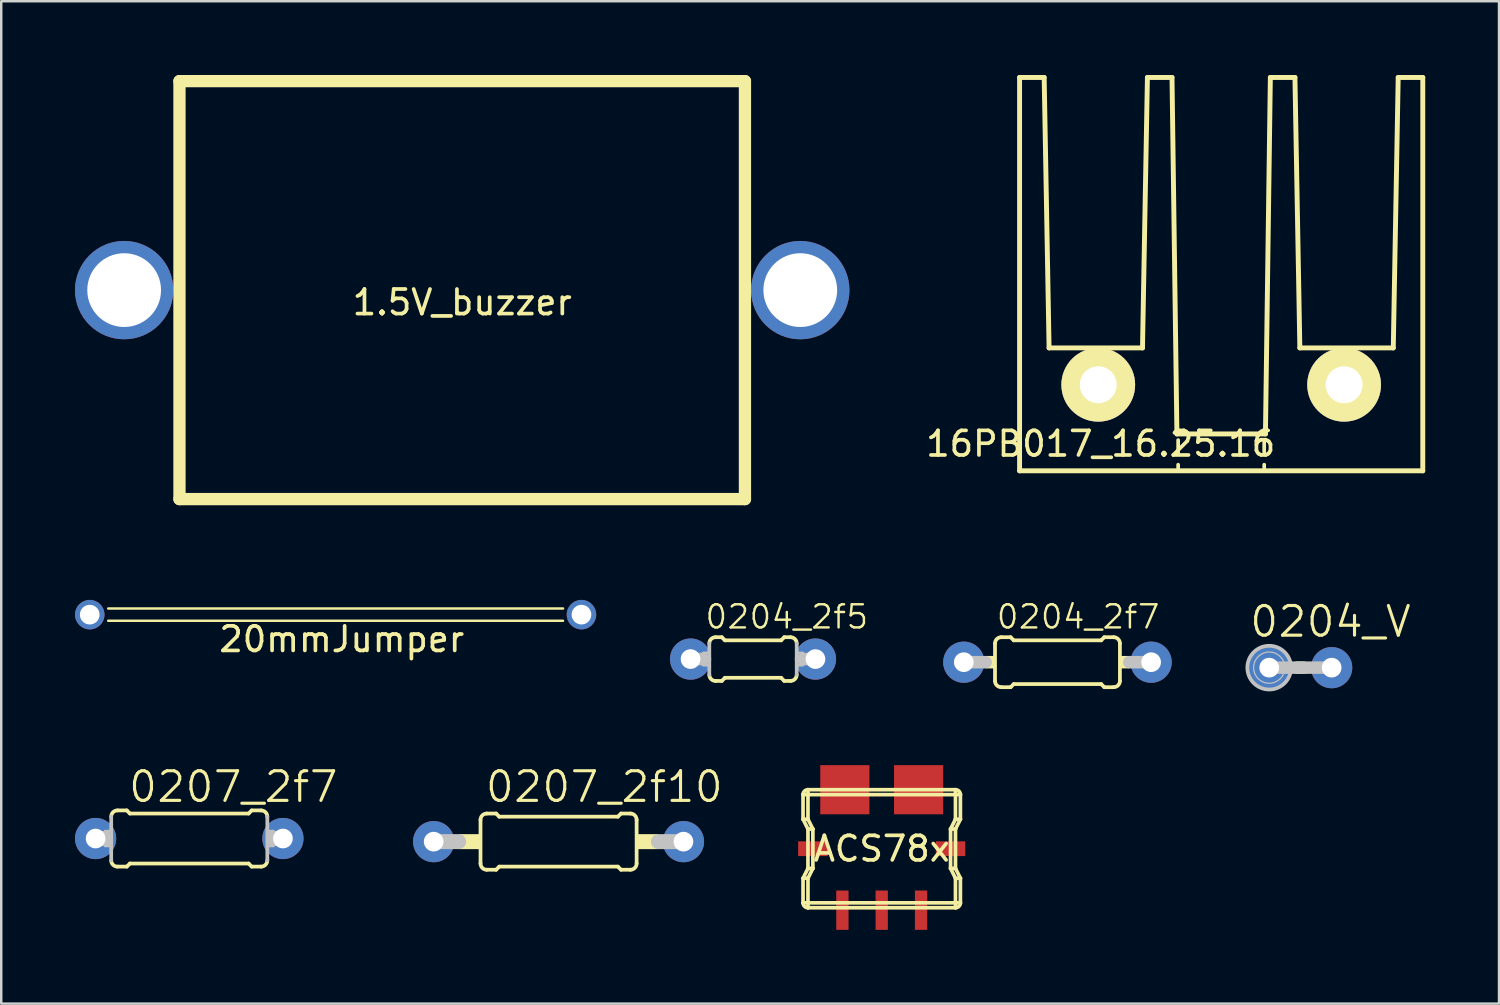
<source format=kicad_pcb>
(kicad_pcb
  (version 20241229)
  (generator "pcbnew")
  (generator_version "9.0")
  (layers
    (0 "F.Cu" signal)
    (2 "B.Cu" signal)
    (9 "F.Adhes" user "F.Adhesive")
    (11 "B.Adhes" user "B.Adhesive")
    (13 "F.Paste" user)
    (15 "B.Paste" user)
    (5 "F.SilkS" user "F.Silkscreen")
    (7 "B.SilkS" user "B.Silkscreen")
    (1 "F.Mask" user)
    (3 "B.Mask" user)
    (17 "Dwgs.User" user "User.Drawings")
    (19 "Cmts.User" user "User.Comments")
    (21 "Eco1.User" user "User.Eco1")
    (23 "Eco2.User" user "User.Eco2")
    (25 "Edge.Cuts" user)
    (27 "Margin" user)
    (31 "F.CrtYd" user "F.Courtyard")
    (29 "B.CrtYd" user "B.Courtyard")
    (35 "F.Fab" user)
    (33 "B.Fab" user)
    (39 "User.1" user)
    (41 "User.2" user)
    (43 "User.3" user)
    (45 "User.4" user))
  (footprint "0204_V"
    (layer "F.Cu")
    (at 49.844 24.106)
    (property "Reference" "0204_V" (at -2.134 -1.168 0) (layer "F.SilkS") (effects (font (size 1.206 1.206) (thickness 0.127)) (justify left bottom)))
    (attr through_hole)
    (fp_line (start -0.127 0) (end 0.127 0) (stroke (width 0.508) (type solid)) (layer "F.SilkS"))
    (fp_line (start -1.27 0) (end 1.27 0) (stroke (width 0.508) (type solid)) (layer "Dwgs.User"))
    (fp_circle (center -1.27 0) (end -0.635 0) (stroke (width 0.051) (type solid)) (fill no) (layer "Dwgs.User"))
    (fp_circle (center -1.27 0) (end -0.381 0) (stroke (width 0.152) (type solid)) (fill no) (layer "Dwgs.User"))
    (pad "1" thru_hole circle (at -1.27 0) (size 1.676 1.676) (drill 0.8) (layers "*.Cu" "*.Mask"))
    (pad "2" thru_hole circle (at 1.27 0) (size 1.676 1.676) (drill 0.8) (layers "*.Cu" "*.Mask")))
  (footprint "0204_2f7"
    (layer "F.Cu")
    (at 39.961 23.884)
    (property "Reference" "0204_2f7" (at -2.54 -1.295 0) (layer "F.SilkS") (effects (font (size 0.941 0.941) (thickness 0.099)) (justify left bottom)))
    (attr through_hole)
    (fp_line (start -2.54 0.762) (end -2.54 -0.762) (stroke (width 0.152) (type solid)) (layer "F.SilkS"))
    (fp_line (start -2.286 -1.016) (end -1.905 -1.016) (stroke (width 0.152) (type solid)) (layer "F.SilkS"))
    (fp_line (start -2.286 1.016) (end -1.905 1.016) (stroke (width 0.152) (type solid)) (layer "F.SilkS"))
    (fp_line (start -1.778 -0.889) (end -1.905 -1.016) (stroke (width 0.152) (type solid)) (layer "F.SilkS"))
    (fp_line (start -1.778 0.889) (end -1.905 1.016) (stroke (width 0.152) (type solid)) (layer "F.SilkS"))
    (fp_line (start 1.778 -0.889) (end -1.778 -0.889) (stroke (width 0.152) (type solid)) (layer "F.SilkS"))
    (fp_line (start 1.778 -0.889) (end 1.905 -1.016) (stroke (width 0.152) (type solid)) (layer "F.SilkS"))
    (fp_line (start 1.778 0.889) (end -1.778 0.889) (stroke (width 0.152) (type solid)) (layer "F.SilkS"))
    (fp_line (start 1.778 0.889) (end 1.905 1.016) (stroke (width 0.152) (type solid)) (layer "F.SilkS"))
    (fp_line (start 2.286 -1.016) (end 1.905 -1.016) (stroke (width 0.152) (type solid)) (layer "F.SilkS"))
    (fp_line (start 2.286 1.016) (end 1.905 1.016) (stroke (width 0.152) (type solid)) (layer "F.SilkS"))
    (fp_line (start 2.54 0.762) (end 2.54 -0.762) (stroke (width 0.152) (type solid)) (layer "F.SilkS"))
    (fp_arc (start -2.54 -0.762) (mid -2.465605 -0.941605) (end -2.286 -1.016) (stroke (width 0.1524) (type solid)) (layer "F.SilkS"))
    (fp_arc (start -2.286 1.016) (mid -2.465605 0.941605) (end -2.54 0.762) (stroke (width 0.1524) (type solid)) (layer "F.SilkS"))
    (fp_arc (start 2.286 -1.016) (mid 2.465605 -0.941605) (end 2.54 -0.762) (stroke (width 0.1524) (type solid)) (layer "F.SilkS"))
    (fp_arc (start 2.54 0.762) (mid 2.465605 0.941605) (end 2.286 1.016) (stroke (width 0.1524) (type solid)) (layer "F.SilkS"))
    (fp_poly (pts (xy -2.921 0.254) (xy -2.54 0.254) (xy -2.54 -0.254) (xy -2.921 -0.254)) (stroke (width 0) (type solid)) (fill yes) (layer "F.SilkS"))
    (fp_poly (pts (xy 2.54 0.254) (xy 2.921 0.254) (xy 2.921 -0.254) (xy 2.54 -0.254)) (stroke (width 0) (type solid)) (fill yes) (layer "F.SilkS"))
    (fp_line (start -3.81 0) (end -2.921 0) (stroke (width 0.508) (type solid)) (layer "Dwgs.User"))
    (fp_line (start 3.81 0) (end 2.921 0) (stroke (width 0.508) (type solid)) (layer "Dwgs.User"))
    (pad "1" thru_hole circle (at -3.81 0) (size 1.676 1.676) (drill 0.8) (layers "*.Cu" "*.Mask"))
    (pad "2" thru_hole circle (at 3.81 0) (size 1.676 1.676) (drill 0.8) (layers "*.Cu" "*.Mask")))
  (footprint "20mmJumper"
    (layer "F.Cu")
    (at 10.6 21.95)
    (property "Reference" "20mmJumper" (at 0.25 1 0) (layer "F.SilkS") (effects (font (size 1 1) (thickness 0.15))))
    (attr through_hole)
    (fp_line (start -9.25 -0.25) (end 9.25 -0.25) (stroke (width 0.1) (type solid)) (layer "F.SilkS"))
    (fp_line (start 9.25 0.25) (end -9.25 0.25) (stroke (width 0.1) (type solid)) (layer "F.SilkS"))
    (pad "1" thru_hole circle (at -10 0) (size 1.2 1.2) (drill 0.8) (layers "*.Cu" "*.Mask"))
    (pad "2" thru_hole circle (at 10 0) (size 1.2 1.2) (drill 0.8) (layers "*.Cu" "*.Mask")))
  (footprint "16PB017_16.25.16"
    (layer "F.Cu")
    (at 46.62 18.1)
    (property "Reference" "16PB017_16.25.16" (at -4.9 -3.1 0) (layer "F.SilkS") (effects (font (size 1 1) (thickness 0.15))))
    (attr through_hole)
    (fp_line (start -8.2 -18) (end -7.2 -18) (stroke (width 0.2) (type solid)) (layer "F.SilkS"))
    (fp_line (start -8.2 -2) (end -8.2 -18) (stroke (width 0.2) (type solid)) (layer "F.SilkS"))
    (fp_line (start -8.2 -2) (end 8.2 -2) (stroke (width 0.2) (type solid)) (layer "F.SilkS"))
    (fp_line (start -7.2 -18) (end -7 -7) (stroke (width 0.2) (type solid)) (layer "F.SilkS"))
    (fp_line (start -7 -7) (end -3.2 -7) (stroke (width 0.2) (type solid)) (layer "F.SilkS"))
    (fp_line (start -3.2 -7) (end -3 -18) (stroke (width 0.2) (type solid)) (layer "F.SilkS"))
    (fp_line (start -2 -18) (end -3 -18) (stroke (width 0.2) (type solid)) (layer "F.SilkS"))
    (fp_line (start -2 -18) (end -1.8 -3.5) (stroke (width 0.2) (type solid)) (layer "F.SilkS"))
    (fp_line (start -1.8 -3.5) (end 1.8 -3.5) (stroke (width 0.2) (type solid)) (layer "F.SilkS"))
    (fp_line (start -1.75 -3.25) (end -1.75 -2.75) (stroke (width 0.15) (type solid)) (layer "F.SilkS"))
    (fp_line (start -1.75 -2.25) (end -1.75 -2) (stroke (width 0.15) (type solid)) (layer "F.SilkS"))
    (fp_line (start 1.75 -3.25) (end 1.75 -2.75) (stroke (width 0.15) (type solid)) (layer "F.SilkS"))
    (fp_line (start 1.75 -2.25) (end 1.75 -2) (stroke (width 0.15) (type solid)) (layer "F.SilkS"))
    (fp_line (start 1.8 -3.5) (end 2 -18) (stroke (width 0.2) (type solid)) (layer "F.SilkS"))
    (fp_line (start 2 -18) (end 3 -18) (stroke (width 0.2) (type solid)) (layer "F.SilkS"))
    (fp_line (start 3 -18) (end 3.2 -7) (stroke (width 0.2) (type solid)) (layer "F.SilkS"))
    (fp_line (start 7 -7) (end 3.2 -7) (stroke (width 0.2) (type solid)) (layer "F.SilkS"))
    (fp_line (start 7.2 -18) (end 7 -7) (stroke (width 0.2) (type solid)) (layer "F.SilkS"))
    (fp_line (start 8.2 -18) (end 7.2 -18) (stroke (width 0.2) (type solid)) (layer "F.SilkS"))
    (fp_line (start 8.2 -2) (end 8.2 -18) (stroke (width 0.2) (type solid)) (layer "F.SilkS"))
    (pad "1" thru_hole circle (at -5 -5.5) (size 3 3) (drill 1.5) (layers "*.Cu" "*.Mask" "F.SilkS"))
    (pad "1" thru_hole circle (at 5 -5.5) (size 3 3) (drill 1.5) (layers "*.Cu" "*.Mask" "F.SilkS")))
  (footprint "0207_2f7"
    (layer "F.Cu")
    (at 4.648 31.056)
    (property "Reference" "0207_2f7" (at -2.54 -1.397 0) (layer "F.SilkS") (effects (font (size 1.206 1.206) (thickness 0.127)) (justify left bottom)))
    (attr through_hole)
    (fp_line (start -2.921 -1.143) (end -2.54 -1.143) (stroke (width 0.152) (type solid)) (layer "F.SilkS"))
    (fp_line (start -2.921 1.143) (end -2.54 1.143) (stroke (width 0.152) (type solid)) (layer "F.SilkS"))
    (fp_line (start -2.413 -1.016) (end -2.54 -1.143) (stroke (width 0.152) (type solid)) (layer "F.SilkS"))
    (fp_line (start -2.413 1.016) (end -2.54 1.143) (stroke (width 0.152) (type solid)) (layer "F.SilkS"))
    (fp_line (start 2.413 -1.016) (end -2.413 -1.016) (stroke (width 0.152) (type solid)) (layer "F.SilkS"))
    (fp_line (start 2.413 -1.016) (end 2.54 -1.143) (stroke (width 0.152) (type solid)) (layer "F.SilkS"))
    (fp_line (start 2.413 1.016) (end -2.413 1.016) (stroke (width 0.152) (type solid)) (layer "F.SilkS"))
    (fp_line (start 2.413 1.016) (end 2.54 1.143) (stroke (width 0.152) (type solid)) (layer "F.SilkS"))
    (fp_line (start 2.921 -1.143) (end 2.54 -1.143) (stroke (width 0.152) (type solid)) (layer "F.SilkS"))
    (fp_line (start 2.921 1.143) (end 2.54 1.143) (stroke (width 0.152) (type solid)) (layer "F.SilkS"))
    (fp_arc (start -3.175 -0.889) (mid -3.100605 -1.068605) (end -2.921 -1.143) (stroke (width 0.1524) (type solid)) (layer "F.SilkS"))
    (fp_arc (start -2.921 1.143) (mid -3.100605 1.068605) (end -3.175 0.889) (stroke (width 0.1524) (type solid)) (layer "F.SilkS"))
    (fp_arc (start 2.921 -1.143) (mid 3.100605 -1.068605) (end 3.175 -0.889) (stroke (width 0.1524) (type solid)) (layer "F.SilkS"))
    (fp_arc (start 3.175 0.889) (mid 3.100605 1.068605) (end 2.921 1.143) (stroke (width 0.1524) (type solid)) (layer "F.SilkS"))
    (fp_line (start -3.81 0) (end -3.429 0) (stroke (width 0.61) (type solid)) (layer "Dwgs.User"))
    (fp_line (start -3.175 0.889) (end -3.175 -0.889) (stroke (width 0.152) (type solid)) (layer "Dwgs.User"))
    (fp_line (start 3.175 0.889) (end 3.175 -0.889) (stroke (width 0.152) (type solid)) (layer "Dwgs.User"))
    (fp_line (start 3.429 0) (end 3.81 0) (stroke (width 0.61) (type solid)) (layer "Dwgs.User"))
    (fp_poly (pts (xy -3.429 0.305) (xy -3.175 0.305) (xy -3.175 -0.305) (xy -3.429 -0.305)) (stroke (width 0.1) (type solid)) (fill no) (layer "Dwgs.User"))
    (fp_poly (pts (xy 3.175 0.305) (xy 3.429 0.305) (xy 3.429 -0.305) (xy 3.175 -0.305)) (stroke (width 0.1) (type solid)) (fill no) (layer "Dwgs.User"))
    (pad "1" thru_hole circle (at -3.81 0) (size 1.676 1.676) (drill 0.8) (layers "*.Cu" "*.Mask"))
    (pad "2" thru_hole circle (at 3.81 0) (size 1.676 1.676) (drill 0.8) (layers "*.Cu" "*.Mask")))
  (footprint "0207_2f10"
    (layer "F.Cu")
    (at 19.669 31.183)
    (property "Reference" "0207_2f10" (at -3.048 -1.524 0) (layer "F.SilkS") (effects (font (size 1.206 1.206) (thickness 0.127)) (justify left bottom)))
    (attr through_hole)
    (fp_line (start -3.175 0.889) (end -3.175 -0.889) (stroke (width 0.152) (type solid)) (layer "F.SilkS"))
    (fp_line (start -2.921 -1.143) (end -2.54 -1.143) (stroke (width 0.152) (type solid)) (layer "F.SilkS"))
    (fp_line (start -2.921 1.143) (end -2.54 1.143) (stroke (width 0.152) (type solid)) (layer "F.SilkS"))
    (fp_line (start -2.413 -1.016) (end -2.54 -1.143) (stroke (width 0.152) (type solid)) (layer "F.SilkS"))
    (fp_line (start -2.413 1.016) (end -2.54 1.143) (stroke (width 0.152) (type solid)) (layer "F.SilkS"))
    (fp_line (start 2.413 -1.016) (end -2.413 -1.016) (stroke (width 0.152) (type solid)) (layer "F.SilkS"))
    (fp_line (start 2.413 -1.016) (end 2.54 -1.143) (stroke (width 0.152) (type solid)) (layer "F.SilkS"))
    (fp_line (start 2.413 1.016) (end -2.413 1.016) (stroke (width 0.152) (type solid)) (layer "F.SilkS"))
    (fp_line (start 2.413 1.016) (end 2.54 1.143) (stroke (width 0.152) (type solid)) (layer "F.SilkS"))
    (fp_line (start 2.921 -1.143) (end 2.54 -1.143) (stroke (width 0.152) (type solid)) (layer "F.SilkS"))
    (fp_line (start 2.921 1.143) (end 2.54 1.143) (stroke (width 0.152) (type solid)) (layer "F.SilkS"))
    (fp_line (start 3.175 0.889) (end 3.175 -0.889) (stroke (width 0.152) (type solid)) (layer "F.SilkS"))
    (fp_arc (start -3.175 -0.889) (mid -3.100605 -1.068605) (end -2.921 -1.143) (stroke (width 0.1524) (type solid)) (layer "F.SilkS"))
    (fp_arc (start -2.921 1.143) (mid -3.100605 1.068605) (end -3.175 0.889) (stroke (width 0.1524) (type solid)) (layer "F.SilkS"))
    (fp_arc (start 2.921 -1.143) (mid 3.100605 -1.068605) (end 3.175 -0.889) (stroke (width 0.1524) (type solid)) (layer "F.SilkS"))
    (fp_arc (start 3.175 0.889) (mid 3.100605 1.068605) (end 2.921 1.143) (stroke (width 0.1524) (type solid)) (layer "F.SilkS"))
    (fp_poly (pts (xy -4.039 0.305) (xy -3.175 0.305) (xy -3.175 -0.305) (xy -4.039 -0.305)) (stroke (width 0) (type solid)) (fill yes) (layer "F.SilkS"))
    (fp_poly (pts (xy 3.175 0.305) (xy 4.039 0.305) (xy 4.039 -0.305) (xy 3.175 -0.305)) (stroke (width 0) (type solid)) (fill yes) (layer "F.SilkS"))
    (fp_line (start -5.08 0) (end -4.064 0) (stroke (width 0.61) (type solid)) (layer "Dwgs.User"))
    (fp_line (start 5.08 0) (end 4.064 0) (stroke (width 0.61) (type solid)) (layer "Dwgs.User"))
    (pad "1" thru_hole circle (at -5.08 0) (size 1.676 1.676) (drill 0.8) (layers "*.Cu" "*.Mask"))
    (pad "2" thru_hole circle (at 5.08 0) (size 1.676 1.676) (drill 0.8) (layers "*.Cu" "*.Mask")))
  (footprint "ACS78x"
    (layer "F.Cu")
    (at 32.813 31.471)
    (property "Reference" "ACS78x" (at 0 0 0) (layer "F.SilkS") (effects (font (size 1 1) (thickness 0.15))))
    (attr through_hole)
    (fp_line (start -3.2 -1.2) (end -3.2 -2.2) (stroke (width 0.15) (type solid)) (layer "F.SilkS"))
    (fp_line (start -3.2 -1.2) (end -3 -1.2) (stroke (width 0.15) (type solid)) (layer "F.SilkS"))
    (fp_line (start -3.2 -1.2) (end -3 -0.8) (stroke (width 0.15) (type solid)) (layer "F.SilkS"))
    (fp_line (start -3.2 1.2) (end -3.2 2.2) (stroke (width 0.15) (type solid)) (layer "F.SilkS"))
    (fp_line (start -3.2 1.2) (end -3 1.2) (stroke (width 0.15) (type solid)) (layer "F.SilkS"))
    (fp_line (start -3 -2.2) (end -3.2 -2.2) (stroke (width 0.15) (type solid)) (layer "F.SilkS"))
    (fp_line (start -3 -2.2) (end -3 -2.4) (stroke (width 0.15) (type solid)) (layer "F.SilkS"))
    (fp_line (start -3 -2.2) (end -3 -1.2) (stroke (width 0.15) (type solid)) (layer "F.SilkS"))
    (fp_line (start -3 -2.2) (end 3 -2.2) (stroke (width 0.15) (type solid)) (layer "F.SilkS"))
    (fp_line (start -3 -1.2) (end -2.8 -0.8) (stroke (width 0.15) (type solid)) (layer "F.SilkS"))
    (fp_line (start -3 -0.8) (end -3 0.8) (stroke (width 0.15) (type solid)) (layer "F.SilkS"))
    (fp_line (start -3 -0.8) (end -2.8 -0.8) (stroke (width 0.15) (type solid)) (layer "F.SilkS"))
    (fp_line (start -3 0.8) (end -3.2 1.2) (stroke (width 0.15) (type solid)) (layer "F.SilkS"))
    (fp_line (start -3 0.8) (end -2.8 0.8) (stroke (width 0.15) (type solid)) (layer "F.SilkS"))
    (fp_line (start -3 1.2) (end -3 2.2) (stroke (width 0.15) (type solid)) (layer "F.SilkS"))
    (fp_line (start -3 2.2) (end -3.2 2.2) (stroke (width 0.15) (type solid)) (layer "F.SilkS"))
    (fp_line (start -3 2.2) (end -3 2.4) (stroke (width 0.15) (type solid)) (layer "F.SilkS"))
    (fp_line (start -3 2.2) (end 3 2.2) (stroke (width 0.15) (type solid)) (layer "F.SilkS"))
    (fp_line (start -2.8 -0.8) (end -2.8 0.8) (stroke (width 0.15) (type solid)) (layer "F.SilkS"))
    (fp_line (start -2.8 0.8) (end -3 1.2) (stroke (width 0.15) (type solid)) (layer "F.SilkS"))
    (fp_line (start 2.8 -0.8) (end 2.8 0.8) (stroke (width 0.15) (type solid)) (layer "F.SilkS"))
    (fp_line (start 2.8 -0.8) (end 3 -0.8) (stroke (width 0.15) (type solid)) (layer "F.SilkS"))
    (fp_line (start 2.8 0.8) (end 3 0.8) (stroke (width 0.15) (type solid)) (layer "F.SilkS"))
    (fp_line (start 2.8 0.8) (end 3 1.2) (stroke (width 0.15) (type solid)) (layer "F.SilkS"))
    (fp_line (start 3 -2.4) (end -3 -2.4) (stroke (width 0.15) (type solid)) (layer "F.SilkS"))
    (fp_line (start 3 -2.2) (end 3 -2.4) (stroke (width 0.15) (type solid)) (layer "F.SilkS"))
    (fp_line (start 3 -2.2) (end 3 -1.2) (stroke (width 0.15) (type solid)) (layer "F.SilkS"))
    (fp_line (start 3 -2.2) (end 3.2 -2.2) (stroke (width 0.15) (type solid)) (layer "F.SilkS"))
    (fp_line (start 3 -1.2) (end 2.8 -0.8) (stroke (width 0.15) (type solid)) (layer "F.SilkS"))
    (fp_line (start 3 -0.8) (end 3 0.8) (stroke (width 0.15) (type solid)) (layer "F.SilkS"))
    (fp_line (start 3 0.8) (end 3.2 1.2) (stroke (width 0.15) (type solid)) (layer "F.SilkS"))
    (fp_line (start 3 1.2) (end 3.2 1.2) (stroke (width 0.15) (type solid)) (layer "F.SilkS"))
    (fp_line (start 3 2.2) (end 3 1.2) (stroke (width 0.15) (type solid)) (layer "F.SilkS"))
    (fp_line (start 3 2.2) (end 3 2.4) (stroke (width 0.15) (type solid)) (layer "F.SilkS"))
    (fp_line (start 3 2.2) (end 3.2 2.2) (stroke (width 0.15) (type solid)) (layer "F.SilkS"))
    (fp_line (start 3 2.4) (end -3 2.4) (stroke (width 0.15) (type solid)) (layer "F.SilkS"))
    (fp_line (start 3.2 -2.2) (end 3.2 -1.2) (stroke (width 0.15) (type solid)) (layer "F.SilkS"))
    (fp_line (start 3.2 -1.2) (end 3 -1.2) (stroke (width 0.15) (type solid)) (layer "F.SilkS"))
    (fp_line (start 3.2 -1.2) (end 3 -0.8) (stroke (width 0.15) (type solid)) (layer "F.SilkS"))
    (fp_line (start 3.2 2.2) (end 3.2 1.2) (stroke (width 0.15) (type solid)) (layer "F.SilkS"))
    (fp_arc (start -3.2 -2.2) (mid -3.141421 -2.341421) (end -3 -2.4) (stroke (width 0.15) (type solid)) (layer "F.SilkS"))
    (fp_arc (start -3 2.4) (mid -3.141421 2.341421) (end -3.2 2.2) (stroke (width 0.15) (type solid)) (layer "F.SilkS"))
    (fp_arc (start 3 -2.4) (mid 3.141421 -2.341421) (end 3.2 -2.2) (stroke (width 0.15) (type solid)) (layer "F.SilkS"))
    (fp_arc (start 3.2 2.2) (mid 3.141421 2.341421) (end 3 2.4) (stroke (width 0.15) (type solid)) (layer "F.SilkS"))
    (pad "1" smd rect (at -1.6 2.5) (size 0.5 1.6) (layers "F.Cu" "F.Mask" "F.Paste"))
    (pad "2" smd rect (at 0 2.5) (size 0.5 1.6) (layers "F.Cu" "F.Mask" "F.Paste"))
    (pad "3" smd rect (at 1.6 2.5) (size 0.5 1.6) (layers "F.Cu" "F.Mask" "F.Paste"))
    (pad "4" smd rect (at 1.5 -2.4) (size 2 2) (layers "F.Cu" "F.Mask" "F.Paste"))
    (pad "5" smd rect (at -1.5 -2.4) (size 2 2) (layers "F.Cu" "F.Mask" "F.Paste"))
    (pad "6" smd rect (at -2.8 0) (size 1.2 0.6) (layers "F.Cu" "F.Mask" "F.Paste"))
    (pad "6" smd rect (at 2.8 0) (size 1.2 0.6) (layers "F.Cu" "F.Mask" "F.Paste")))
  (footprint "0204_2f5"
    (layer "F.Cu")
    (at 27.578 23.757)
    (property "Reference" "0204_2f5" (at -2.007 -1.168 0) (layer "F.SilkS") (effects (font (size 0.941 0.941) (thickness 0.099)) (justify left bottom)))
    (attr through_hole)
    (fp_line (start -1.524 -0.889) (end -1.27 -0.889) (stroke (width 0.152) (type solid)) (layer "F.SilkS"))
    (fp_line (start -1.524 0.889) (end -1.27 0.889) (stroke (width 0.152) (type solid)) (layer "F.SilkS"))
    (fp_line (start -1.143 -0.762) (end -1.27 -0.889) (stroke (width 0.152) (type solid)) (layer "F.SilkS"))
    (fp_line (start -1.143 0.762) (end -1.27 0.889) (stroke (width 0.152) (type solid)) (layer "F.SilkS"))
    (fp_line (start 1.143 -0.762) (end -1.143 -0.762) (stroke (width 0.152) (type solid)) (layer "F.SilkS"))
    (fp_line (start 1.143 -0.762) (end 1.27 -0.889) (stroke (width 0.152) (type solid)) (layer "F.SilkS"))
    (fp_line (start 1.143 0.762) (end -1.143 0.762) (stroke (width 0.152) (type solid)) (layer "F.SilkS"))
    (fp_line (start 1.143 0.762) (end 1.27 0.889) (stroke (width 0.152) (type solid)) (layer "F.SilkS"))
    (fp_line (start 1.524 -0.889) (end 1.27 -0.889) (stroke (width 0.152) (type solid)) (layer "F.SilkS"))
    (fp_line (start 1.524 0.889) (end 1.27 0.889) (stroke (width 0.152) (type solid)) (layer "F.SilkS"))
    (fp_arc (start -1.778 -0.635) (mid -1.703605 -0.814605) (end -1.524 -0.889) (stroke (width 0.1524) (type solid)) (layer "F.SilkS"))
    (fp_arc (start -1.524 0.889) (mid -1.703605 0.814605) (end -1.778 0.635) (stroke (width 0.1524) (type solid)) (layer "F.SilkS"))
    (fp_arc (start 1.524 -0.889) (mid 1.703605 -0.814605) (end 1.778 -0.635) (stroke (width 0.1524) (type solid)) (layer "F.SilkS"))
    (fp_arc (start 1.778 0.635) (mid 1.703605 0.814605) (end 1.524 0.889) (stroke (width 0.1524) (type solid)) (layer "F.SilkS"))
    (fp_line (start -2.54 0) (end -2.032 0) (stroke (width 0.508) (type solid)) (layer "Dwgs.User"))
    (fp_line (start -1.778 0.635) (end -1.778 -0.635) (stroke (width 0.152) (type solid)) (layer "Dwgs.User"))
    (fp_line (start 1.778 0.635) (end 1.778 -0.635) (stroke (width 0.152) (type solid)) (layer "Dwgs.User"))
    (fp_line (start 2.54 0) (end 2.032 0) (stroke (width 0.508) (type solid)) (layer "Dwgs.User"))
    (fp_poly (pts (xy -2.032 0.254) (xy -1.778 0.254) (xy -1.778 -0.254) (xy -2.032 -0.254)) (stroke (width 0.1) (type solid)) (fill no) (layer "Dwgs.User"))
    (fp_poly (pts (xy 1.778 0.254) (xy 2.032 0.254) (xy 2.032 -0.254) (xy 1.778 -0.254)) (stroke (width 0.1) (type solid)) (fill no) (layer "Dwgs.User"))
    (pad "1" thru_hole circle (at -2.54 0) (size 1.676 1.676) (drill 0.8) (layers "*.Cu" "*.Mask"))
    (pad "2" thru_hole circle (at 2.54 0) (size 1.676 1.676) (drill 0.8) (layers "*.Cu" "*.Mask")))
  (footprint "1.5V_buzzer"
    (layer "F.Cu")
    (at 15.75 8.75)
    (property "Reference" "1.5V_buzzer" (at 0 0.5 0) (layer "F.SilkS") (effects (font (size 1 1) (thickness 0.15))))
    (attr through_hole)
    (fp_line (start -11.5 -8.5) (end -11.5 8.5) (stroke (width 0.5) (type solid)) (layer "F.SilkS"))
    (fp_line (start -11.5 8.5) (end 11.5 8.5) (stroke (width 0.5) (type solid)) (layer "F.SilkS"))
    (fp_line (start 11.5 -8.5) (end -11.5 -8.5) (stroke (width 0.5) (type solid)) (layer "F.SilkS"))
    (fp_line (start 11.5 8.5) (end 11.5 -8.5) (stroke (width 0.5) (type solid)) (layer "F.SilkS"))
    (pad "1" thru_hole circle (at -13.75 0) (size 4 4) (drill 3) (layers "*.Cu" "*.Mask"))
    (pad "2" thru_hole circle (at 13.75 0) (size 4 4) (drill 3) (layers "*.Cu" "*.Mask")))
  (gr_rect
    (start -3 -3)
    (end 57.92 37.771)
    (stroke (width 0.1) (type default))
    (fill no)
    (layer "Edge.Cuts")))
</source>
